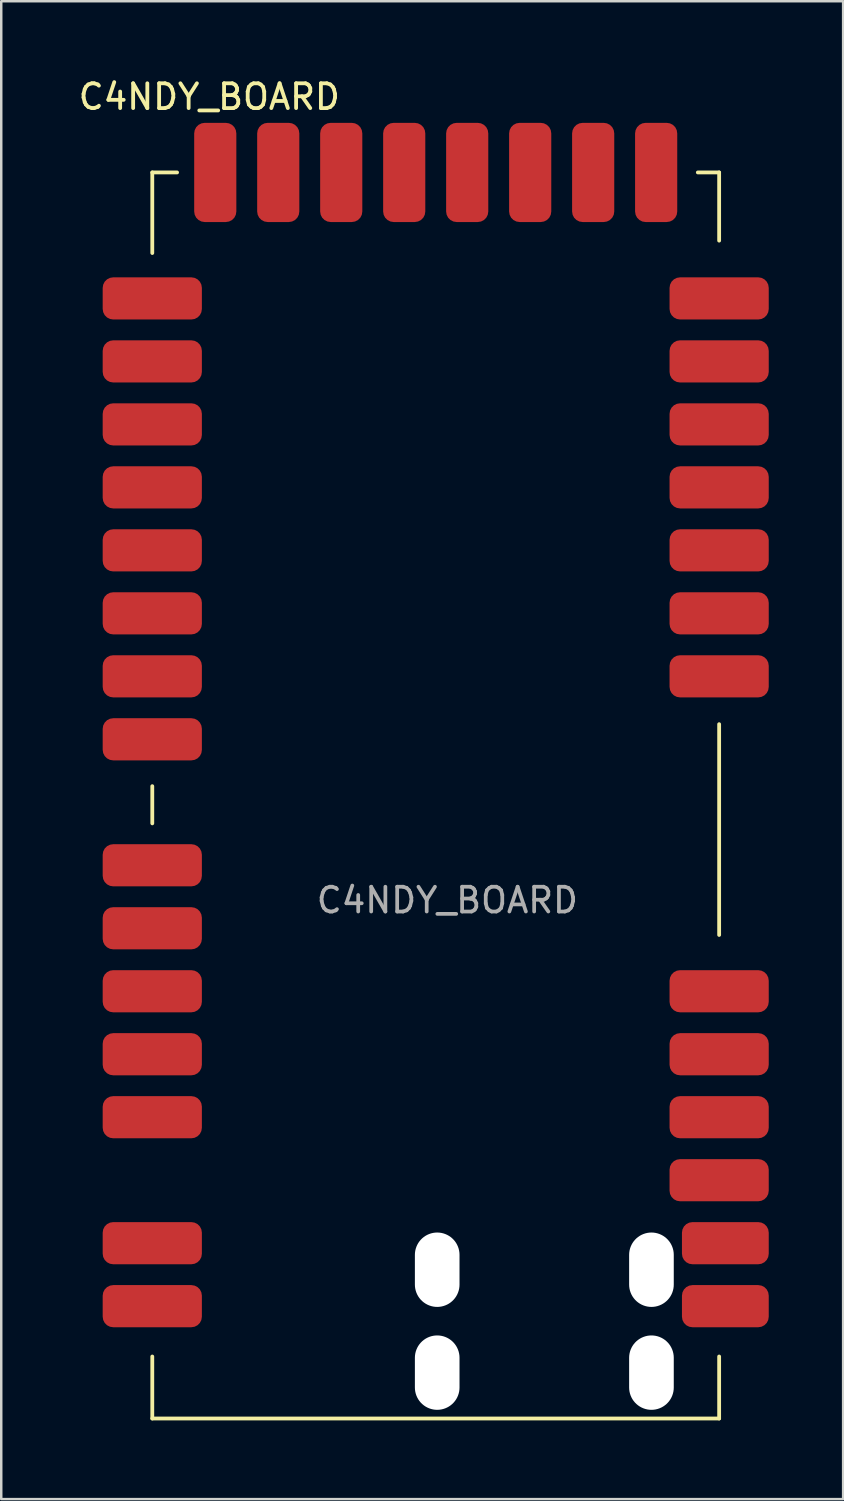
<source format=kicad_pcb>
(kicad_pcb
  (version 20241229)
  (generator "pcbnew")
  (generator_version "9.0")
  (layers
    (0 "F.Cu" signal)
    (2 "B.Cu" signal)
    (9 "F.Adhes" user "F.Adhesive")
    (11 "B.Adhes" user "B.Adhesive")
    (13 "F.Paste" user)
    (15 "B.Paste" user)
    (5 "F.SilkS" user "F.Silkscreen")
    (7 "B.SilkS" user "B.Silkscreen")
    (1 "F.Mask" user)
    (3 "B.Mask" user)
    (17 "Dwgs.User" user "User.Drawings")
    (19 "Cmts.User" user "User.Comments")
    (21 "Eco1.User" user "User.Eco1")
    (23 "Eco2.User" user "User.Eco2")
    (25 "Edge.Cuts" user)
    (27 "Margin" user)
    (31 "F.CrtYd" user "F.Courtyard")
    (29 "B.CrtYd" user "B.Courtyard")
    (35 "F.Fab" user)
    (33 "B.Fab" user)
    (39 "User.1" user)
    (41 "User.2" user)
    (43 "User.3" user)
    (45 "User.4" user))
  (footprint "C4NDY_BOARD"
    (layer "F.Cu")
    (at 3.091 54.154)
    (property "Reference" "C4NDY_BOARD" (at 2.3 -53.3 0) (unlocked yes) (layer "F.SilkS") (effects (font (size 1 1) (thickness 0.153))))
    (attr smd)
    (fp_line (start 0 -50.25) (end 1 -50.25) (stroke (width 0.153) (type default)) (layer "F.SilkS"))
    (fp_line (start 0 -47) (end 0 -50.25) (stroke (width 0.153) (type default)) (layer "F.SilkS"))
    (fp_line (start 0 -24) (end 0 -25.5) (stroke (width 0.153) (type default)) (layer "F.SilkS"))
    (fp_line (start 0 0) (end 0 -2.5) (stroke (width 0.153) (type default)) (layer "F.SilkS"))
    (fp_line (start 0 0) (end 22.86 0) (stroke (width 0.153) (type default)) (layer "F.SilkS"))
    (fp_line (start 22 -50.25) (end 22.86 -50.25) (stroke (width 0.153) (type default)) (layer "F.SilkS"))
    (fp_line (start 22.86 -50.25) (end 22.86 -47.5) (stroke (width 0.153) (type default)) (layer "F.SilkS"))
    (fp_line (start 22.86 -19.5) (end 22.86 -28) (stroke (width 0.153) (type default)) (layer "F.SilkS"))
    (fp_line (start 22.86 0) (end 22.86 -2.5) (stroke (width 0.153) (type default)) (layer "F.SilkS"))
    (fp_text user "${REFERENCE}" (at 11.9 -20.9 0) (unlocked yes) (layer "F.Fab") (effects (font (size 1 1) (thickness 0.15))))
    (pad "" np_thru_hole oval (at 11.49 -6) (size 1.8 3) (drill oval 1.8 3) (layers "*.Cu" "*.Mask"))
    (pad "" np_thru_hole oval (at 11.49 -1.85) (size 1.8 3) (drill oval 1.8 3) (layers "*.Cu" "*.Mask"))
    (pad "" np_thru_hole oval (at 20.13 -6) (size 1.8 3) (drill oval 1.8 3) (layers "*.Cu" "*.Mask"))
    (pad "" np_thru_hole oval (at 20.13 -1.85) (size 1.8 3) (drill oval 1.8 3) (layers "*.Cu" "*.Mask"))
    (pad "1" smd roundrect (at 0 -45.17) (size 4 1.7) (layers "F.Cu" "F.Mask" "F.Paste") (roundrect_rratio 0.25))
    (pad "2" smd roundrect (at 0 -42.63) (size 4 1.7) (layers "F.Cu" "F.Mask" "F.Paste") (roundrect_rratio 0.25))
    (pad "3" smd roundrect (at 0 -40.09) (size 4 1.7) (layers "F.Cu" "F.Mask" "F.Paste") (roundrect_rratio 0.25))
    (pad "4" smd roundrect (at 0 -37.55) (size 4 1.7) (layers "F.Cu" "F.Mask" "F.Paste") (roundrect_rratio 0.25))
    (pad "5" smd roundrect (at 0 -35.01) (size 4 1.7) (layers "F.Cu" "F.Mask" "F.Paste") (roundrect_rratio 0.25))
    (pad "6" smd roundrect (at 0 -32.47) (size 4 1.7) (layers "F.Cu" "F.Mask" "F.Paste") (roundrect_rratio 0.25))
    (pad "7" smd roundrect (at 0 -29.93) (size 4 1.7) (layers "F.Cu" "F.Mask" "F.Paste") (roundrect_rratio 0.25))
    (pad "8" smd roundrect (at 0 -27.39) (size 4 1.7) (layers "F.Cu" "F.Mask" "F.Paste") (roundrect_rratio 0.25))
    (pad "9" smd roundrect (at 0 -22.31) (size 4 1.7) (layers "F.Cu" "F.Mask" "F.Paste") (roundrect_rratio 0.25))
    (pad "10" smd roundrect (at 0 -19.77) (size 4 1.7) (layers "F.Cu" "F.Mask" "F.Paste") (roundrect_rratio 0.25))
    (pad "11" smd roundrect (at 0 -17.23) (size 4 1.7) (layers "F.Cu" "F.Mask" "F.Paste") (roundrect_rratio 0.25))
    (pad "12" smd roundrect (at 0 -14.69) (size 4 1.7) (layers "F.Cu" "F.Mask" "F.Paste") (roundrect_rratio 0.25))
    (pad "13" smd roundrect (at 0 -12.15) (size 4 1.7) (layers "F.Cu" "F.Mask" "F.Paste") (roundrect_rratio 0.25))
    (pad "14" smd roundrect (at 0 -7.07) (size 4 1.7) (layers "F.Cu" "F.Mask" "F.Paste") (roundrect_rratio 0.25))
    (pad "15" smd roundrect (at 0 -4.53) (size 4 1.7) (layers "F.Cu" "F.Mask" "F.Paste") (roundrect_rratio 0.25))
    (pad "16" smd roundrect (at 23.11 -4.53 180) (size 3.5 1.7) (layers "F.Cu" "F.Mask" "F.Paste") (roundrect_rratio 0.25))
    (pad "17" smd roundrect (at 23.11 -7.07 180) (size 3.5 1.7) (layers "F.Cu" "F.Mask" "F.Paste") (roundrect_rratio 0.25))
    (pad "18" smd roundrect (at 22.86 -9.61 180) (size 4 1.7) (layers "F.Cu" "F.Mask" "F.Paste") (roundrect_rratio 0.25))
    (pad "19" smd roundrect (at 22.86 -12.15 180) (size 4 1.7) (layers "F.Cu" "F.Mask" "F.Paste") (roundrect_rratio 0.25))
    (pad "20" smd roundrect (at 22.86 -14.69 180) (size 4 1.7) (layers "F.Cu" "F.Mask" "F.Paste") (roundrect_rratio 0.25))
    (pad "21" smd roundrect (at 22.86 -17.23 180) (size 4 1.7) (layers "F.Cu" "F.Mask" "F.Paste") (roundrect_rratio 0.25))
    (pad "22" smd roundrect (at 22.86 -29.93 180) (size 4 1.7) (layers "F.Cu" "F.Mask" "F.Paste") (roundrect_rratio 0.25))
    (pad "23" smd roundrect (at 22.86 -32.47 180) (size 4 1.7) (layers "F.Cu" "F.Mask" "F.Paste") (roundrect_rratio 0.25))
    (pad "24" smd roundrect (at 22.86 -35.01 180) (size 4 1.7) (layers "F.Cu" "F.Mask" "F.Paste") (roundrect_rratio 0.25))
    (pad "25" smd roundrect (at 22.86 -37.55 180) (size 4 1.7) (layers "F.Cu" "F.Mask" "F.Paste") (roundrect_rratio 0.25))
    (pad "26" smd roundrect (at 22.86 -40.09 180) (size 4 1.7) (layers "F.Cu" "F.Mask" "F.Paste") (roundrect_rratio 0.25))
    (pad "27" smd roundrect (at 22.86 -42.63 180) (size 4 1.7) (layers "F.Cu" "F.Mask" "F.Paste") (roundrect_rratio 0.25))
    (pad "28" smd roundrect (at 22.86 -45.17 180) (size 4 1.7) (layers "F.Cu" "F.Mask" "F.Paste") (roundrect_rratio 0.25))
    (pad "29" smd roundrect (at 20.32 -50.25 90) (size 4 1.7) (layers "F.Cu" "F.Mask" "F.Paste") (roundrect_rratio 0.25))
    (pad "30" smd roundrect (at 17.78 -50.25 90) (size 4 1.7) (layers "F.Cu" "F.Mask" "F.Paste") (roundrect_rratio 0.25))
    (pad "31" smd roundrect (at 15.24 -50.25 90) (size 4 1.7) (layers "F.Cu" "F.Mask" "F.Paste") (roundrect_rratio 0.25))
    (pad "32" smd roundrect (at 12.7 -50.25 90) (size 4 1.7) (layers "F.Cu" "F.Mask" "F.Paste") (roundrect_rratio 0.25))
    (pad "33" smd roundrect (at 10.16 -50.25 90) (size 4 1.7) (layers "F.Cu" "F.Mask" "F.Paste") (roundrect_rratio 0.25))
    (pad "34" smd roundrect (at 7.62 -50.25 90) (size 4 1.7) (layers "F.Cu" "F.Mask" "F.Paste") (roundrect_rratio 0.25))
    (pad "35" smd roundrect (at 5.08 -50.25 90) (size 4 1.7) (layers "F.Cu" "F.Mask" "F.Paste") (roundrect_rratio 0.25))
    (pad "36" smd roundrect (at 2.54 -50.25 90) (size 4 1.7) (layers "F.Cu" "F.Mask" "F.Paste") (roundrect_rratio 0.25)))
  (gr_rect
    (start -3 -3)
    (end 30.951 57.404)
    (stroke (width 0.1) (type default))
    (fill no)
    (layer "Edge.Cuts")))
</source>
